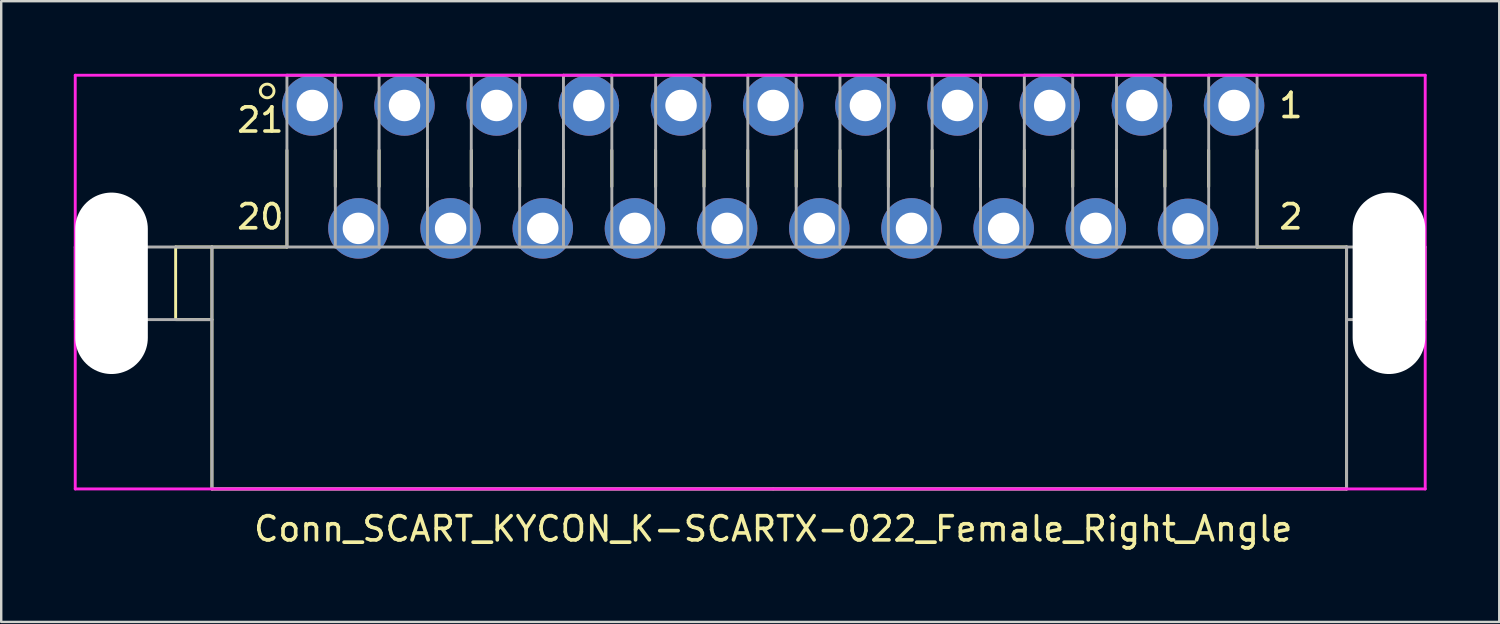
<source format=kicad_pcb>
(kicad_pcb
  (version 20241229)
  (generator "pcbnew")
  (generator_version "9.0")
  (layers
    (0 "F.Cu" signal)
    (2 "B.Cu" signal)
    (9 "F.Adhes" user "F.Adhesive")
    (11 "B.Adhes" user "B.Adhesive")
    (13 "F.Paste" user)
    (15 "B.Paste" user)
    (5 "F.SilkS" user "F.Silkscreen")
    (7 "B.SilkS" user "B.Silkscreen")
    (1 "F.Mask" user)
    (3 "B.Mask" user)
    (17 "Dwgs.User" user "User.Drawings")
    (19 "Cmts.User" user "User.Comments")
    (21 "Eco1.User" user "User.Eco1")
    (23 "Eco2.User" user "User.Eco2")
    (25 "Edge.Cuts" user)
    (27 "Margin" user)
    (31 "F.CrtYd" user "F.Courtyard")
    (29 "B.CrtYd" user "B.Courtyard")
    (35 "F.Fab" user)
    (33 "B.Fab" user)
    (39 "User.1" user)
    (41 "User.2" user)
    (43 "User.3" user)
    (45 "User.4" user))
  (footprint "Conn_SCART_KYCON_K-SCARTX-022_Female_Right_Angle"
    (layer "F.Cu")
    (at 28.91 11.31)
    (property "Reference" "Conn_SCART_KYCON_K-SCARTX-022_Female_Right_Angle" (at 0 7.5 180) (layer "F.SilkS") (effects (font (size 1 1) (thickness 0.15))))
    (attr through_hole)
    (fp_line (start -24.7 -4.15) (end -23.2 -4.15) (stroke (width 0.12) (type solid)) (layer "F.SilkS"))
    (fp_line (start -24.7 -1.15) (end -24.7 -4.15) (stroke (width 0.12) (type solid)) (layer "F.SilkS"))
    (fp_line (start -23.2 -4.15) (end -20.1 -4.15) (stroke (width 0.12) (type solid)) (layer "F.SilkS"))
    (fp_line (start -23.2 -1.15) (end -24.7 -1.15) (stroke (width 0.12) (type solid)) (layer "F.SilkS"))
    (fp_line (start -23.2 5.85) (end -23.2 -4.15) (stroke (width 0.12) (type solid)) (layer "F.SilkS"))
    (fp_line (start -20.1 -4.15) (end -20.1 -8.15) (stroke (width 0.12) (type solid)) (layer "F.SilkS"))
    (fp_line (start -18.1 -8.15) (end -18.1 -6.65) (stroke (width 0.12) (type solid)) (layer "F.SilkS"))
    (fp_line (start -16.29 -8.15) (end -16.29 -6.65) (stroke (width 0.12) (type solid)) (layer "F.SilkS"))
    (fp_line (start -14.29 -8.15) (end -14.29 -6.65) (stroke (width 0.12) (type solid)) (layer "F.SilkS"))
    (fp_line (start -12.48 -8.15) (end -12.48 -6.65) (stroke (width 0.12) (type solid)) (layer "F.SilkS"))
    (fp_line (start -10.48 -8.15) (end -10.48 -6.65) (stroke (width 0.12) (type solid)) (layer "F.SilkS"))
    (fp_line (start -8.67 -8.15) (end -8.67 -6.65) (stroke (width 0.12) (type solid)) (layer "F.SilkS"))
    (fp_line (start -6.67 -8.15) (end -6.67 -6.65) (stroke (width 0.12) (type solid)) (layer "F.SilkS"))
    (fp_line (start -4.86 -8.15) (end -4.86 -6.65) (stroke (width 0.12) (type solid)) (layer "F.SilkS"))
    (fp_line (start -2.86 -8.15) (end -2.86 -6.65) (stroke (width 0.12) (type solid)) (layer "F.SilkS"))
    (fp_line (start -1.05 -8.15) (end -1.05 -6.65) (stroke (width 0.12) (type solid)) (layer "F.SilkS"))
    (fp_line (start 0.95 -8.15) (end 0.95 -6.65) (stroke (width 0.12) (type solid)) (layer "F.SilkS"))
    (fp_line (start 2.76 -8.15) (end 2.76 -6.65) (stroke (width 0.12) (type solid)) (layer "F.SilkS"))
    (fp_line (start 4.76 -8.15) (end 4.76 -6.65) (stroke (width 0.12) (type solid)) (layer "F.SilkS"))
    (fp_line (start 6.57 -8.15) (end 6.57 -6.65) (stroke (width 0.12) (type solid)) (layer "F.SilkS"))
    (fp_line (start 8.57 -8.15) (end 8.57 -6.65) (stroke (width 0.12) (type solid)) (layer "F.SilkS"))
    (fp_line (start 10.38 -8.15) (end 10.38 -6.65) (stroke (width 0.12) (type solid)) (layer "F.SilkS"))
    (fp_line (start 12.38 -8.15) (end 12.38 -6.65) (stroke (width 0.12) (type solid)) (layer "F.SilkS"))
    (fp_line (start 14.19 -8.15) (end 14.19 -6.65) (stroke (width 0.12) (type solid)) (layer "F.SilkS"))
    (fp_line (start 16.19 -8.15) (end 16.19 -6.65) (stroke (width 0.12) (type solid)) (layer "F.SilkS"))
    (fp_line (start 18 -8.15) (end 18 -6.65) (stroke (width 0.12) (type solid)) (layer "F.SilkS"))
    (fp_line (start 20 -4.15) (end 20 -8.15) (stroke (width 0.12) (type solid)) (layer "F.SilkS"))
    (fp_line (start 23.7 -4.15) (end 20 -4.15) (stroke (width 0.12) (type solid)) (layer "F.SilkS"))
    (fp_line (start 23.7 5.85) (end -23.2 5.85) (stroke (width 0.12) (type solid)) (layer "F.SilkS"))
    (fp_line (start 23.7 5.85) (end 23.7 -4.15) (stroke (width 0.12) (type solid)) (layer "F.SilkS"))
    (fp_circle (center -20.917 -10.6) (end -21.117 -10.4) (stroke (width 0.12) (type solid)) (fill no) (layer "F.SilkS"))
    (fp_line (start -28.85 -11.25) (end -28.85 5.85) (stroke (width 0.12) (type solid)) (layer "F.CrtYd"))
    (fp_line (start 26.95 -11.25) (end -28.85 -11.25) (stroke (width 0.12) (type solid)) (layer "F.CrtYd"))
    (fp_line (start 26.95 5.85) (end -28.85 5.85) (stroke (width 0.12) (type solid)) (layer "F.CrtYd"))
    (fp_line (start 26.95 5.85) (end 26.95 -11.25) (stroke (width 0.12) (type solid)) (layer "F.CrtYd"))
    (fp_line (start -28.85 -1.15) (end -28.85 -4.15) (stroke (width 0.12) (type solid)) (layer "F.Fab"))
    (fp_line (start -23.2 -4.15) (end -28.85 -4.15) (stroke (width 0.12) (type solid)) (layer "F.Fab"))
    (fp_line (start -23.2 -4.15) (end 23.7 -4.15) (stroke (width 0.12) (type solid)) (layer "F.Fab"))
    (fp_line (start -23.2 -1.15) (end -28.85 -1.15) (stroke (width 0.12) (type solid)) (layer "F.Fab"))
    (fp_line (start -23.2 5.85) (end -23.2 -4.15) (stroke (width 0.12) (type solid)) (layer "F.Fab"))
    (fp_line (start -20.1 -4.15) (end -20.1 -11.25) (stroke (width 0.12) (type solid)) (layer "F.Fab"))
    (fp_line (start -18.1 -11.25) (end -20.1 -11.25) (stroke (width 0.12) (type solid)) (layer "F.Fab"))
    (fp_line (start -18.1 -4.15) (end -18.1 -11.25) (stroke (width 0.12) (type solid)) (layer "F.Fab"))
    (fp_line (start -16.29 -4.15) (end -16.29 -11.25) (stroke (width 0.12) (type solid)) (layer "F.Fab"))
    (fp_line (start -14.29 -11.25) (end -16.29 -11.25) (stroke (width 0.12) (type solid)) (layer "F.Fab"))
    (fp_line (start -14.29 -4.15) (end -14.29 -11.25) (stroke (width 0.12) (type solid)) (layer "F.Fab"))
    (fp_line (start -12.48 -4.15) (end -12.48 -11.25) (stroke (width 0.12) (type solid)) (layer "F.Fab"))
    (fp_line (start -10.48 -11.25) (end -12.48 -11.25) (stroke (width 0.12) (type solid)) (layer "F.Fab"))
    (fp_line (start -10.48 -4.15) (end -10.48 -11.25) (stroke (width 0.12) (type solid)) (layer "F.Fab"))
    (fp_line (start -8.67 -4.15) (end -8.67 -11.25) (stroke (width 0.12) (type solid)) (layer "F.Fab"))
    (fp_line (start -6.67 -11.25) (end -8.67 -11.25) (stroke (width 0.12) (type solid)) (layer "F.Fab"))
    (fp_line (start -6.67 -4.15) (end -6.67 -11.25) (stroke (width 0.12) (type solid)) (layer "F.Fab"))
    (fp_line (start -4.86 -4.15) (end -4.86 -11.25) (stroke (width 0.12) (type solid)) (layer "F.Fab"))
    (fp_line (start -2.86 -11.25) (end -4.86 -11.25) (stroke (width 0.12) (type solid)) (layer "F.Fab"))
    (fp_line (start -2.86 -4.15) (end -2.86 -11.25) (stroke (width 0.12) (type solid)) (layer "F.Fab"))
    (fp_line (start -1.05 -4.15) (end -1.05 -11.25) (stroke (width 0.12) (type solid)) (layer "F.Fab"))
    (fp_line (start 0 5.85) (end -23.2 5.85) (stroke (width 0.12) (type solid)) (layer "F.Fab"))
    (fp_line (start 0 5.85) (end 23.7 5.85) (stroke (width 0.12) (type solid)) (layer "F.Fab"))
    (fp_line (start 0.95 -11.25) (end -1.05 -11.25) (stroke (width 0.12) (type solid)) (layer "F.Fab"))
    (fp_line (start 0.95 -4.15) (end 0.95 -11.25) (stroke (width 0.12) (type solid)) (layer "F.Fab"))
    (fp_line (start 2.76 -4.15) (end 2.76 -11.25) (stroke (width 0.12) (type solid)) (layer "F.Fab"))
    (fp_line (start 4.76 -11.25) (end 2.76 -11.25) (stroke (width 0.12) (type solid)) (layer "F.Fab"))
    (fp_line (start 4.76 -4.15) (end 4.76 -11.25) (stroke (width 0.12) (type solid)) (layer "F.Fab"))
    (fp_line (start 6.57 -4.15) (end 6.57 -11.25) (stroke (width 0.12) (type solid)) (layer "F.Fab"))
    (fp_line (start 8.57 -11.25) (end 6.57 -11.25) (stroke (width 0.12) (type solid)) (layer "F.Fab"))
    (fp_line (start 8.57 -4.15) (end 8.57 -11.25) (stroke (width 0.12) (type solid)) (layer "F.Fab"))
    (fp_line (start 10.38 -4.15) (end 10.38 -11.25) (stroke (width 0.12) (type solid)) (layer "F.Fab"))
    (fp_line (start 12.38 -11.25) (end 10.38 -11.25) (stroke (width 0.12) (type solid)) (layer "F.Fab"))
    (fp_line (start 12.38 -4.15) (end 12.38 -11.25) (stroke (width 0.12) (type solid)) (layer "F.Fab"))
    (fp_line (start 14.19 -4.15) (end 14.19 -11.25) (stroke (width 0.12) (type solid)) (layer "F.Fab"))
    (fp_line (start 16.19 -11.25) (end 14.19 -11.25) (stroke (width 0.12) (type solid)) (layer "F.Fab"))
    (fp_line (start 16.19 -4.15) (end 16.19 -11.25) (stroke (width 0.12) (type solid)) (layer "F.Fab"))
    (fp_line (start 18 -4.15) (end 18 -11.25) (stroke (width 0.12) (type solid)) (layer "F.Fab"))
    (fp_line (start 20 -11.25) (end 18 -11.25) (stroke (width 0.12) (type solid)) (layer "F.Fab"))
    (fp_line (start 20 -4.15) (end 20 -11.25) (stroke (width 0.12) (type solid)) (layer "F.Fab"))
    (fp_line (start 23.7 -4.15) (end 23.7 5.85) (stroke (width 0.12) (type solid)) (layer "F.Fab"))
    (fp_line (start 23.7 -4.15) (end 26.95 -4.15) (stroke (width 0.12) (type solid)) (layer "F.Fab"))
    (fp_line (start 23.7 -1.15) (end 26.95 -1.15) (stroke (width 0.12) (type solid)) (layer "F.Fab"))
    (fp_line (start 26.95 -1.15) (end 26.95 -4.15) (stroke (width 0.12) (type solid)) (layer "F.Fab"))
    (fp_text user "20" (at -21.2 -5.4 180) (layer "F.SilkS") (effects (font (size 1 1) (thickness 0.15))))
    (fp_text user "2" (at 21.4 -5.4 180) (layer "F.SilkS") (effects (font (size 1 1) (thickness 0.15))))
    (fp_text user "21" (at -21.2 -9.4 180) (layer "F.SilkS") (effects (font (size 1 1) (thickness 0.15))))
    (fp_text user "1" (at 21.4 -10 180) (layer "F.SilkS") (effects (font (size 1 1) (thickness 0.15))))
    (pad "" np_thru_hole oval (at -27.35 -2.65 180) (size 3 7.5) (drill oval 3 7.5) (layers "*.Cu" "*.Mask"))
    (pad "" np_thru_hole oval (at 25.45 -2.65 180) (size 3 7.5) (drill oval 3 7.5) (layers "*.Cu" "*.Mask"))
    (pad "1" thru_hole circle (at 19.05 -10 180) (size 2.5 2.5) (drill 1.3) (layers "*.Cu" "*.Mask"))
    (pad "2" thru_hole circle (at 17.145 -4.9 180) (size 2.5 2.5) (drill 1.3) (layers "*.Cu" "*.Mask"))
    (pad "3" thru_hole circle (at 15.24 -10 180) (size 2.5 2.5) (drill 1.3) (layers "*.Cu" "*.Mask"))
    (pad "4" thru_hole circle (at 13.335 -4.92 180) (size 2.5 2.5) (drill 1.3) (layers "*.Cu" "*.Mask"))
    (pad "5" thru_hole circle (at 11.43 -10 180) (size 2.5 2.5) (drill 1.3) (layers "*.Cu" "*.Mask"))
    (pad "6" thru_hole circle (at 9.525 -4.92 180) (size 2.5 2.5) (drill 1.3) (layers "*.Cu" "*.Mask"))
    (pad "7" thru_hole circle (at 7.62 -10 180) (size 2.5 2.5) (drill 1.3) (layers "*.Cu" "*.Mask"))
    (pad "8" thru_hole circle (at 5.715 -4.92 180) (size 2.5 2.5) (drill 1.3) (layers "*.Cu" "*.Mask"))
    (pad "9" thru_hole circle (at 3.81 -10 180) (size 2.5 2.5) (drill 1.3) (layers "*.Cu" "*.Mask"))
    (pad "10" thru_hole circle (at 1.905 -4.92 180) (size 2.5 2.5) (drill 1.3) (layers "*.Cu" "*.Mask"))
    (pad "11" thru_hole circle (at 0 -10 180) (size 2.5 2.5) (drill 1.3) (layers "*.Cu" "*.Mask"))
    (pad "12" thru_hole circle (at -1.905 -4.92 180) (size 2.5 2.5) (drill 1.3) (layers "*.Cu" "*.Mask"))
    (pad "13" thru_hole circle (at -3.81 -10 180) (size 2.5 2.5) (drill 1.3) (layers "*.Cu" "*.Mask"))
    (pad "14" thru_hole circle (at -5.715 -4.92 180) (size 2.5 2.5) (drill 1.3) (layers "*.Cu" "*.Mask"))
    (pad "15" thru_hole circle (at -7.62 -10 180) (size 2.5 2.5) (drill 1.3) (layers "*.Cu" "*.Mask"))
    (pad "16" thru_hole circle (at -9.525 -4.92 180) (size 2.5 2.5) (drill 1.3) (layers "*.Cu" "*.Mask"))
    (pad "17" thru_hole circle (at -11.43 -10 180) (size 2.5 2.5) (drill 1.3) (layers "*.Cu" "*.Mask"))
    (pad "18" thru_hole circle (at -13.335 -4.92 180) (size 2.5 2.5) (drill 1.3) (layers "*.Cu" "*.Mask"))
    (pad "19" thru_hole circle (at -15.24 -10 180) (size 2.5 2.5) (drill 1.3) (layers "*.Cu" "*.Mask"))
    (pad "20" thru_hole circle (at -17.145 -4.92 180) (size 2.5 2.5) (drill 1.3) (layers "*.Cu" "*.Mask"))
    (pad "21" thru_hole circle (at -19.05 -10 180) (size 2.5 2.5) (drill 1.3) (layers "*.Cu" "*.Mask")))
  (gr_rect
    (start -3 -3)
    (end 58.92 22.658)
    (stroke (width 0.1) (type default))
    (fill no)
    (layer "Edge.Cuts")))
</source>
